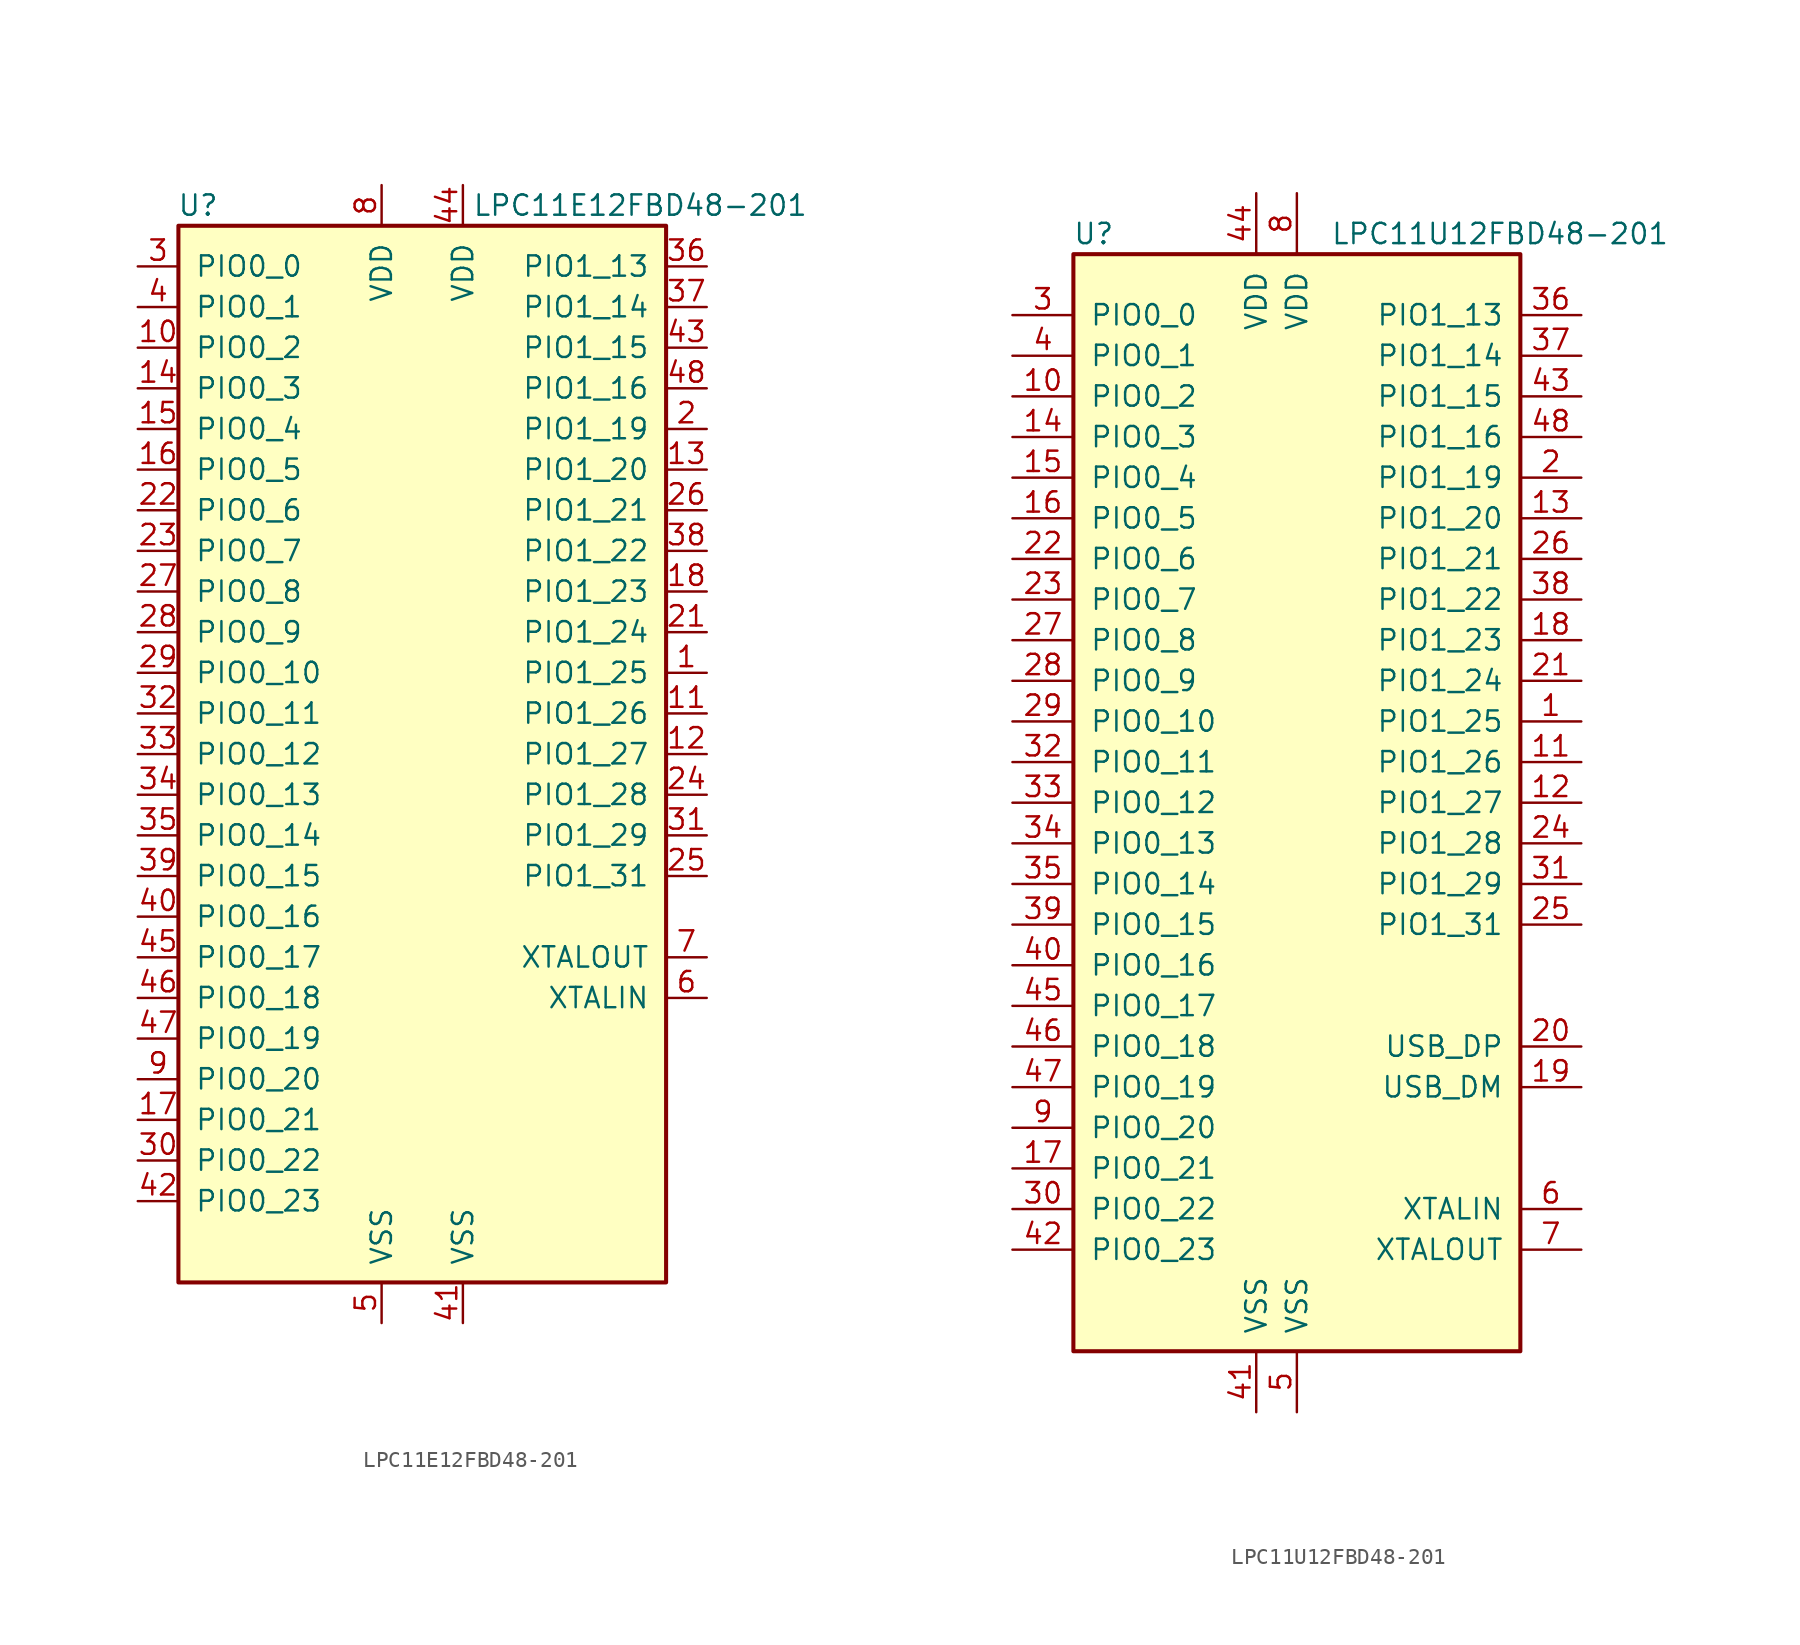
<source format=kicad_sym>
(kicad_symbol_lib
  (version 20241209)
  (generator "kicad_symbol_editor")
  (generator_version "9.0")
  (symbol "LPC11E12FBD48-201"
    (pin_names
      (offset 1.016))
    (property "Reference" "U"
      (at -12.7 34.29 0)
      (effects (font (size 1.27 1.27)) (justify right)))
    (property "Value" "LPC11E12FBD48-201"
      (at 24.13 34.29 0)
      (effects (font (size 1.27 1.27)) (justify right)))
    (symbol "LPC11E12FBD48-201_0_1"
      (rectangle (start -15.24 33.02) (end 15.24 -33.02) (stroke (width 0.254) (type default)) (fill (type background))))
    (symbol "LPC11E12FBD48-201_1_1"
      (pin bidirectional line (at -17.78 30.48 0) (length 2.54) (name "PIO0_0" (effects (font (size 1.27 1.27)))) (number "3" (effects (font (size 1.27 1.27)))))
      (pin bidirectional line (at -17.78 27.94 0) (length 2.54) (name "PIO0_1" (effects (font (size 1.27 1.27)))) (number "4" (effects (font (size 1.27 1.27)))))
      (pin bidirectional line (at -17.78 25.4 0) (length 2.54) (name "PIO0_2" (effects (font (size 1.27 1.27)))) (number "10" (effects (font (size 1.27 1.27)))))
      (pin bidirectional line (at -17.78 22.86 0) (length 2.54) (name "PIO0_3" (effects (font (size 1.27 1.27)))) (number "14" (effects (font (size 1.27 1.27)))))
      (pin open_collector line (at -17.78 20.32 0) (length 2.54) (name "PIO0_4" (effects (font (size 1.27 1.27)))) (number "15" (effects (font (size 1.27 1.27)))))
      (pin open_collector line (at -17.78 17.78 0) (length 2.54) (name "PIO0_5" (effects (font (size 1.27 1.27)))) (number "16" (effects (font (size 1.27 1.27)))))
      (pin bidirectional line (at -17.78 15.24 0) (length 2.54) (name "PIO0_6" (effects (font (size 1.27 1.27)))) (number "22" (effects (font (size 1.27 1.27)))))
      (pin bidirectional line (at -17.78 12.7 0) (length 2.54) (name "PIO0_7" (effects (font (size 1.27 1.27)))) (number "23" (effects (font (size 1.27 1.27)))))
      (pin bidirectional line (at -17.78 10.16 0) (length 2.54) (name "PIO0_8" (effects (font (size 1.27 1.27)))) (number "27" (effects (font (size 1.27 1.27)))))
      (pin bidirectional line (at -17.78 7.62 0) (length 2.54) (name "PIO0_9" (effects (font (size 1.27 1.27)))) (number "28" (effects (font (size 1.27 1.27)))))
      (pin bidirectional line (at -17.78 5.08 0) (length 2.54) (name "PIO0_10" (effects (font (size 1.27 1.27)))) (number "29" (effects (font (size 1.27 1.27)))))
      (pin bidirectional line (at -17.78 2.54 0) (length 2.54) (name "PIO0_11" (effects (font (size 1.27 1.27)))) (number "32" (effects (font (size 1.27 1.27)))))
      (pin bidirectional line (at -17.78 0 0) (length 2.54) (name "PIO0_12" (effects (font (size 1.27 1.27)))) (number "33" (effects (font (size 1.27 1.27)))))
      (pin bidirectional line (at -17.78 -2.54 0) (length 2.54) (name "PIO0_13" (effects (font (size 1.27 1.27)))) (number "34" (effects (font (size 1.27 1.27)))))
      (pin bidirectional line (at -17.78 -5.08 0) (length 2.54) (name "PIO0_14" (effects (font (size 1.27 1.27)))) (number "35" (effects (font (size 1.27 1.27)))))
      (pin bidirectional line (at -17.78 -7.62 0) (length 2.54) (name "PIO0_15" (effects (font (size 1.27 1.27)))) (number "39" (effects (font (size 1.27 1.27)))))
      (pin bidirectional line (at -17.78 -10.16 0) (length 2.54) (name "PIO0_16" (effects (font (size 1.27 1.27)))) (number "40" (effects (font (size 1.27 1.27)))))
      (pin bidirectional line (at -17.78 -12.7 0) (length 2.54) (name "PIO0_17" (effects (font (size 1.27 1.27)))) (number "45" (effects (font (size 1.27 1.27)))))
      (pin bidirectional line (at -17.78 -15.24 0) (length 2.54) (name "PIO0_18" (effects (font (size 1.27 1.27)))) (number "46" (effects (font (size 1.27 1.27)))))
      (pin bidirectional line (at -17.78 -17.78 0) (length 2.54) (name "PIO0_19" (effects (font (size 1.27 1.27)))) (number "47" (effects (font (size 1.27 1.27)))))
      (pin bidirectional line (at -17.78 -20.32 0) (length 2.54) (name "PIO0_20" (effects (font (size 1.27 1.27)))) (number "9" (effects (font (size 1.27 1.27)))))
      (pin bidirectional line (at -17.78 -22.86 0) (length 2.54) (name "PIO0_21" (effects (font (size 1.27 1.27)))) (number "17" (effects (font (size 1.27 1.27)))))
      (pin bidirectional line (at -17.78 -25.4 0) (length 2.54) (name "PIO0_22" (effects (font (size 1.27 1.27)))) (number "30" (effects (font (size 1.27 1.27)))))
      (pin bidirectional line (at -17.78 -27.94 0) (length 2.54) (name "PIO0_23" (effects (font (size 1.27 1.27)))) (number "42" (effects (font (size 1.27 1.27)))))
      (pin power_in line (at -2.54 35.56 270) (length 2.54) (name "VDD" (effects (font (size 1.27 1.27)))) (number "8" (effects (font (size 1.27 1.27)))))
      (pin power_in line (at -2.54 -35.56 90) (length 2.54) (name "VSS" (effects (font (size 1.27 1.27)))) (number "5" (effects (font (size 1.27 1.27)))))
      (pin power_in line (at 2.54 35.56 270) (length 2.54) (name "VDD" (effects (font (size 1.27 1.27)))) (number "44" (effects (font (size 1.27 1.27)))))
      (pin power_in line (at 2.54 -35.56 90) (length 2.54) (name "VSS" (effects (font (size 1.27 1.27)))) (number "41" (effects (font (size 1.27 1.27)))))
      (pin no_connect line (at 15.24 -20.32 180) (length 2.54) (hide yes) (name "NC" (effects (font (size 1.27 1.27)))) (number "20" (effects (font (size 1.27 1.27)))))
      (pin no_connect line (at 15.24 -22.86 180) (length 2.54) (hide yes) (name "NC" (effects (font (size 1.27 1.27)))) (number "19" (effects (font (size 1.27 1.27)))))
      (pin bidirectional line (at 17.78 30.48 180) (length 2.54) (name "PIO1_13" (effects (font (size 1.27 1.27)))) (number "36" (effects (font (size 1.27 1.27)))))
      (pin bidirectional line (at 17.78 27.94 180) (length 2.54) (name "PIO1_14" (effects (font (size 1.27 1.27)))) (number "37" (effects (font (size 1.27 1.27)))))
      (pin bidirectional line (at 17.78 25.4 180) (length 2.54) (name "PIO1_15" (effects (font (size 1.27 1.27)))) (number "43" (effects (font (size 1.27 1.27)))))
      (pin bidirectional line (at 17.78 22.86 180) (length 2.54) (name "PIO1_16" (effects (font (size 1.27 1.27)))) (number "48" (effects (font (size 1.27 1.27)))))
      (pin bidirectional line (at 17.78 20.32 180) (length 2.54) (name "PIO1_19" (effects (font (size 1.27 1.27)))) (number "2" (effects (font (size 1.27 1.27)))))
      (pin bidirectional line (at 17.78 17.78 180) (length 2.54) (name "PIO1_20" (effects (font (size 1.27 1.27)))) (number "13" (effects (font (size 1.27 1.27)))))
      (pin bidirectional line (at 17.78 15.24 180) (length 2.54) (name "PIO1_21" (effects (font (size 1.27 1.27)))) (number "26" (effects (font (size 1.27 1.27)))))
      (pin bidirectional line (at 17.78 12.7 180) (length 2.54) (name "PIO1_22" (effects (font (size 1.27 1.27)))) (number "38" (effects (font (size 1.27 1.27)))))
      (pin bidirectional line (at 17.78 10.16 180) (length 2.54) (name "PIO1_23" (effects (font (size 1.27 1.27)))) (number "18" (effects (font (size 1.27 1.27)))))
      (pin bidirectional line (at 17.78 7.62 180) (length 2.54) (name "PIO1_24" (effects (font (size 1.27 1.27)))) (number "21" (effects (font (size 1.27 1.27)))))
      (pin bidirectional line (at 17.78 5.08 180) (length 2.54) (name "PIO1_25" (effects (font (size 1.27 1.27)))) (number "1" (effects (font (size 1.27 1.27)))))
      (pin bidirectional line (at 17.78 2.54 180) (length 2.54) (name "PIO1_26" (effects (font (size 1.27 1.27)))) (number "11" (effects (font (size 1.27 1.27)))))
      (pin bidirectional line (at 17.78 0 180) (length 2.54) (name "PIO1_27" (effects (font (size 1.27 1.27)))) (number "12" (effects (font (size 1.27 1.27)))))
      (pin bidirectional line (at 17.78 -2.54 180) (length 2.54) (name "PIO1_28" (effects (font (size 1.27 1.27)))) (number "24" (effects (font (size 1.27 1.27)))))
      (pin bidirectional line (at 17.78 -5.08 180) (length 2.54) (name "PIO1_29" (effects (font (size 1.27 1.27)))) (number "31" (effects (font (size 1.27 1.27)))))
      (pin bidirectional line (at 17.78 -7.62 180) (length 2.54) (name "PIO1_31" (effects (font (size 1.27 1.27)))) (number "25" (effects (font (size 1.27 1.27)))))
      (pin passive line (at 17.78 -12.7 180) (length 2.54) (name "XTALOUT" (effects (font (size 1.27 1.27)))) (number "7" (effects (font (size 1.27 1.27)))))
      (pin passive line (at 17.78 -15.24 180) (length 2.54) (name "XTALIN" (effects (font (size 1.27 1.27)))) (number "6" (effects (font (size 1.27 1.27)))))))
  (symbol "LPC11U12FBD48-201"
    (pin_names
      (offset 1.016))
    (property "Reference" "U"
      (at -12.7 35.56 0)
      (effects (font (size 1.27 1.27))))
    (property "Value" "LPC11U12FBD48-201"
      (at 12.7 35.56 0)
      (effects (font (size 1.27 1.27))))
    (symbol "LPC11U12FBD48-201_0_1"
      (rectangle (start -13.97 34.29) (end 13.97 -34.29) (stroke (width 0.254) (type default)) (fill (type background))))
    (symbol "LPC11U12FBD48-201_1_1"
      (pin bidirectional line (at -17.78 30.48 0) (length 3.81) (name "PIO0_0" (effects (font (size 1.27 1.27)))) (number "3" (effects (font (size 1.27 1.27)))))
      (pin bidirectional line (at -17.78 27.94 0) (length 3.81) (name "PIO0_1" (effects (font (size 1.27 1.27)))) (number "4" (effects (font (size 1.27 1.27)))))
      (pin bidirectional line (at -17.78 25.4 0) (length 3.81) (name "PIO0_2" (effects (font (size 1.27 1.27)))) (number "10" (effects (font (size 1.27 1.27)))))
      (pin bidirectional line (at -17.78 22.86 0) (length 3.81) (name "PIO0_3" (effects (font (size 1.27 1.27)))) (number "14" (effects (font (size 1.27 1.27)))))
      (pin bidirectional line (at -17.78 20.32 0) (length 3.81) (name "PIO0_4" (effects (font (size 1.27 1.27)))) (number "15" (effects (font (size 1.27 1.27)))))
      (pin bidirectional line (at -17.78 17.78 0) (length 3.81) (name "PIO0_5" (effects (font (size 1.27 1.27)))) (number "16" (effects (font (size 1.27 1.27)))))
      (pin bidirectional line (at -17.78 15.24 0) (length 3.81) (name "PIO0_6" (effects (font (size 1.27 1.27)))) (number "22" (effects (font (size 1.27 1.27)))))
      (pin bidirectional line (at -17.78 12.7 0) (length 3.81) (name "PIO0_7" (effects (font (size 1.27 1.27)))) (number "23" (effects (font (size 1.27 1.27)))))
      (pin bidirectional line (at -17.78 10.16 0) (length 3.81) (name "PIO0_8" (effects (font (size 1.27 1.27)))) (number "27" (effects (font (size 1.27 1.27)))))
      (pin bidirectional line (at -17.78 7.62 0) (length 3.81) (name "PIO0_9" (effects (font (size 1.27 1.27)))) (number "28" (effects (font (size 1.27 1.27)))))
      (pin bidirectional line (at -17.78 5.08 0) (length 3.81) (name "PIO0_10" (effects (font (size 1.27 1.27)))) (number "29" (effects (font (size 1.27 1.27)))))
      (pin bidirectional line (at -17.78 2.54 0) (length 3.81) (name "PIO0_11" (effects (font (size 1.27 1.27)))) (number "32" (effects (font (size 1.27 1.27)))))
      (pin bidirectional line (at -17.78 0 0) (length 3.81) (name "PIO0_12" (effects (font (size 1.27 1.27)))) (number "33" (effects (font (size 1.27 1.27)))))
      (pin bidirectional line (at -17.78 -2.54 0) (length 3.81) (name "PIO0_13" (effects (font (size 1.27 1.27)))) (number "34" (effects (font (size 1.27 1.27)))))
      (pin bidirectional line (at -17.78 -5.08 0) (length 3.81) (name "PIO0_14" (effects (font (size 1.27 1.27)))) (number "35" (effects (font (size 1.27 1.27)))))
      (pin bidirectional line (at -17.78 -7.62 0) (length 3.81) (name "PIO0_15" (effects (font (size 1.27 1.27)))) (number "39" (effects (font (size 1.27 1.27)))))
      (pin bidirectional line (at -17.78 -10.16 0) (length 3.81) (name "PIO0_16" (effects (font (size 1.27 1.27)))) (number "40" (effects (font (size 1.27 1.27)))))
      (pin bidirectional line (at -17.78 -12.7 0) (length 3.81) (name "PIO0_17" (effects (font (size 1.27 1.27)))) (number "45" (effects (font (size 1.27 1.27)))))
      (pin bidirectional line (at -17.78 -15.24 0) (length 3.81) (name "PIO0_18" (effects (font (size 1.27 1.27)))) (number "46" (effects (font (size 1.27 1.27)))))
      (pin bidirectional line (at -17.78 -17.78 0) (length 3.81) (name "PIO0_19" (effects (font (size 1.27 1.27)))) (number "47" (effects (font (size 1.27 1.27)))))
      (pin bidirectional line (at -17.78 -20.32 0) (length 3.81) (name "PIO0_20" (effects (font (size 1.27 1.27)))) (number "9" (effects (font (size 1.27 1.27)))))
      (pin bidirectional line (at -17.78 -22.86 0) (length 3.81) (name "PIO0_21" (effects (font (size 1.27 1.27)))) (number "17" (effects (font (size 1.27 1.27)))))
      (pin bidirectional line (at -17.78 -25.4 0) (length 3.81) (name "PIO0_22" (effects (font (size 1.27 1.27)))) (number "30" (effects (font (size 1.27 1.27)))))
      (pin bidirectional line (at -17.78 -27.94 0) (length 3.81) (name "PIO0_23" (effects (font (size 1.27 1.27)))) (number "42" (effects (font (size 1.27 1.27)))))
      (pin power_in line (at -2.54 38.1 270) (length 3.81) (name "VDD" (effects (font (size 1.27 1.27)))) (number "44" (effects (font (size 1.27 1.27)))))
      (pin power_in line (at -2.54 -38.1 90) (length 3.81) (name "VSS" (effects (font (size 1.27 1.27)))) (number "41" (effects (font (size 1.27 1.27)))))
      (pin power_in line (at 0 38.1 270) (length 3.81) (name "VDD" (effects (font (size 1.27 1.27)))) (number "8" (effects (font (size 1.27 1.27)))))
      (pin power_in line (at 0 -38.1 90) (length 3.81) (name "VSS" (effects (font (size 1.27 1.27)))) (number "5" (effects (font (size 1.27 1.27)))))
      (pin bidirectional line (at 17.78 30.48 180) (length 3.81) (name "PIO1_13" (effects (font (size 1.27 1.27)))) (number "36" (effects (font (size 1.27 1.27)))))
      (pin bidirectional line (at 17.78 27.94 180) (length 3.81) (name "PIO1_14" (effects (font (size 1.27 1.27)))) (number "37" (effects (font (size 1.27 1.27)))))
      (pin bidirectional line (at 17.78 25.4 180) (length 3.81) (name "PIO1_15" (effects (font (size 1.27 1.27)))) (number "43" (effects (font (size 1.27 1.27)))))
      (pin bidirectional line (at 17.78 22.86 180) (length 3.81) (name "PIO1_16" (effects (font (size 1.27 1.27)))) (number "48" (effects (font (size 1.27 1.27)))))
      (pin bidirectional line (at 17.78 20.32 180) (length 3.81) (name "PIO1_19" (effects (font (size 1.27 1.27)))) (number "2" (effects (font (size 1.27 1.27)))))
      (pin bidirectional line (at 17.78 17.78 180) (length 3.81) (name "PIO1_20" (effects (font (size 1.27 1.27)))) (number "13" (effects (font (size 1.27 1.27)))))
      (pin bidirectional line (at 17.78 15.24 180) (length 3.81) (name "PIO1_21" (effects (font (size 1.27 1.27)))) (number "26" (effects (font (size 1.27 1.27)))))
      (pin bidirectional line (at 17.78 12.7 180) (length 3.81) (name "PIO1_22" (effects (font (size 1.27 1.27)))) (number "38" (effects (font (size 1.27 1.27)))))
      (pin bidirectional line (at 17.78 10.16 180) (length 3.81) (name "PIO1_23" (effects (font (size 1.27 1.27)))) (number "18" (effects (font (size 1.27 1.27)))))
      (pin bidirectional line (at 17.78 7.62 180) (length 3.81) (name "PIO1_24" (effects (font (size 1.27 1.27)))) (number "21" (effects (font (size 1.27 1.27)))))
      (pin bidirectional line (at 17.78 5.08 180) (length 3.81) (name "PIO1_25" (effects (font (size 1.27 1.27)))) (number "1" (effects (font (size 1.27 1.27)))))
      (pin bidirectional line (at 17.78 2.54 180) (length 3.81) (name "PIO1_26" (effects (font (size 1.27 1.27)))) (number "11" (effects (font (size 1.27 1.27)))))
      (pin bidirectional line (at 17.78 0 180) (length 3.81) (name "PIO1_27" (effects (font (size 1.27 1.27)))) (number "12" (effects (font (size 1.27 1.27)))))
      (pin bidirectional line (at 17.78 -2.54 180) (length 3.81) (name "PIO1_28" (effects (font (size 1.27 1.27)))) (number "24" (effects (font (size 1.27 1.27)))))
      (pin bidirectional line (at 17.78 -5.08 180) (length 3.81) (name "PIO1_29" (effects (font (size 1.27 1.27)))) (number "31" (effects (font (size 1.27 1.27)))))
      (pin bidirectional line (at 17.78 -7.62 180) (length 3.81) (name "PIO1_31" (effects (font (size 1.27 1.27)))) (number "25" (effects (font (size 1.27 1.27)))))
      (pin bidirectional line (at 17.78 -15.24 180) (length 3.81) (name "USB_DP" (effects (font (size 1.27 1.27)))) (number "20" (effects (font (size 1.27 1.27)))))
      (pin bidirectional line (at 17.78 -17.78 180) (length 3.81) (name "USB_DM" (effects (font (size 1.27 1.27)))) (number "19" (effects (font (size 1.27 1.27)))))
      (pin input line (at 17.78 -25.4 180) (length 3.81) (name "XTALIN" (effects (font (size 1.27 1.27)))) (number "6" (effects (font (size 1.27 1.27)))))
      (pin output line (at 17.78 -27.94 180) (length 3.81) (name "XTALOUT" (effects (font (size 1.27 1.27)))) (number "7" (effects (font (size 1.27 1.27))))))))
</source>
